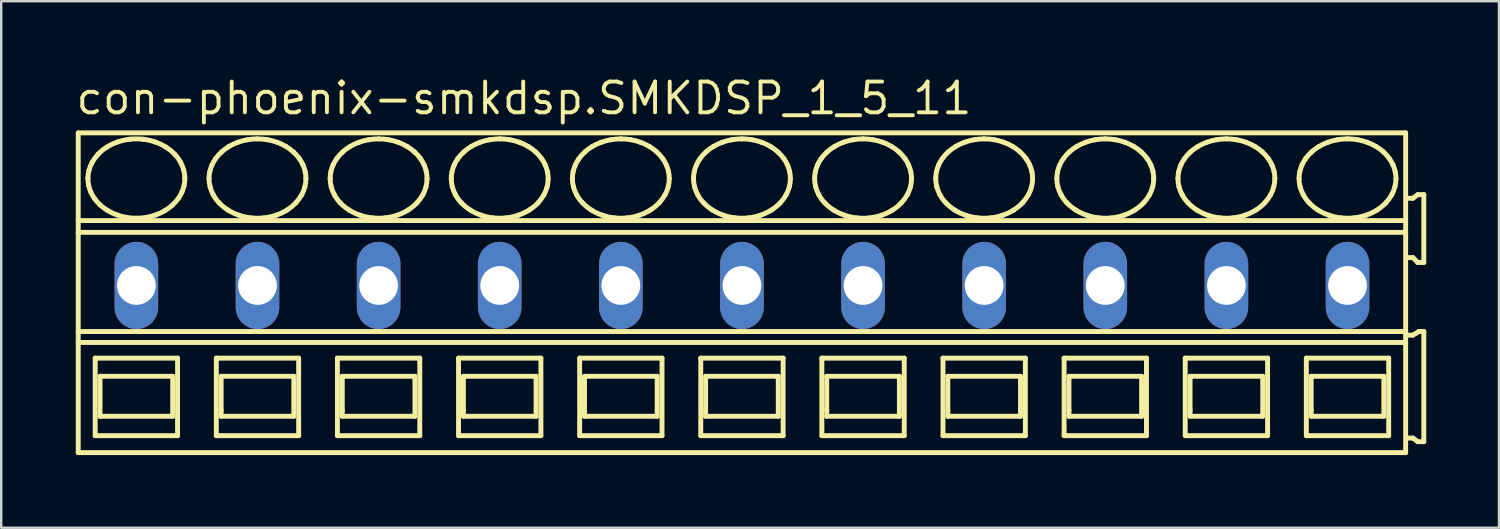
<source format=kicad_pcb>
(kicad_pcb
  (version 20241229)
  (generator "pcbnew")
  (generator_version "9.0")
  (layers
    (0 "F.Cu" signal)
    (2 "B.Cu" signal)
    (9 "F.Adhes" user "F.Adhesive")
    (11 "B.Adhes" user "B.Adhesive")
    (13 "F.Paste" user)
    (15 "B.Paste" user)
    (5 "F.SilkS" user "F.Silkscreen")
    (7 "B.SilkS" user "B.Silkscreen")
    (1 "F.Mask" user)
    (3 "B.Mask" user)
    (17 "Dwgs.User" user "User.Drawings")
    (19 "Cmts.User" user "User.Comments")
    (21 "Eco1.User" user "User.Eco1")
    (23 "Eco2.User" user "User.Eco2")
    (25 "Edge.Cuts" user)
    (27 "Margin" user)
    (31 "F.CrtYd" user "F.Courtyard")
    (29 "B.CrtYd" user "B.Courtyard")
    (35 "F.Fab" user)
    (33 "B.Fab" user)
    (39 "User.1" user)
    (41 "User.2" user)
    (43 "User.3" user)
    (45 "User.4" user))
  (footprint "con-phoenix-smkdsp.SMKDSP_1_5_11"
    (layer "F.Cu")
    (at 5.08 8.735)
    (property "Reference" "con-phoenix-smkdsp.SMKDSP_1_5_11" (at -5.08 -6.985 0) (layer "F.SilkS") (effects (font (size 1.27 1.27) (thickness 0.16)) (justify left bottom)))
    (attr through_hole)
    (fp_line (start -4.9 -6.3) (end -4.9 -2.679) (stroke (width 0.203) (type default)) (layer "F.SilkS"))
    (fp_line (start -4.9 -2.679) (end -4.9 -2.192) (stroke (width 0.203) (type default)) (layer "F.SilkS"))
    (fp_line (start -4.9 -2.192) (end -4.9 1.902) (stroke (width 0.203) (type default)) (layer "F.SilkS"))
    (fp_line (start -4.9 1.902) (end -4.9 2.354) (stroke (width 0.203) (type default)) (layer "F.SilkS"))
    (fp_line (start -4.9 2.354) (end -4.9 6.9) (stroke (width 0.203) (type default)) (layer "F.SilkS"))
    (fp_line (start -4.9 6.9) (end 49.9 6.9) (stroke (width 0.203) (type default)) (layer "F.SilkS"))
    (fp_line (start -4.2 3) (end -4.2 6.2) (stroke (width 0.203) (type default)) (layer "F.SilkS"))
    (fp_line (start -4.2 6.2) (end -0.8 6.2) (stroke (width 0.203) (type default)) (layer "F.SilkS"))
    (fp_line (start -4 3.75) (end -4 5.4) (stroke (width 0.203) (type default)) (layer "F.SilkS"))
    (fp_line (start -4 5.4) (end -1 5.4) (stroke (width 0.203) (type default)) (layer "F.SilkS"))
    (fp_line (start -1 3.75) (end -4 3.75) (stroke (width 0.203) (type default)) (layer "F.SilkS"))
    (fp_line (start -1 5.4) (end -1 3.75) (stroke (width 0.203) (type default)) (layer "F.SilkS"))
    (fp_line (start -0.8 3) (end -4.2 3) (stroke (width 0.203) (type default)) (layer "F.SilkS"))
    (fp_line (start -0.8 6.2) (end -0.8 3) (stroke (width 0.203) (type default)) (layer "F.SilkS"))
    (fp_line (start 0.8 3) (end 0.8 6.2) (stroke (width 0.203) (type default)) (layer "F.SilkS"))
    (fp_line (start 0.8 6.2) (end 4.2 6.2) (stroke (width 0.203) (type default)) (layer "F.SilkS"))
    (fp_line (start 1 3.75) (end 1 5.15) (stroke (width 0.203) (type default)) (layer "F.SilkS"))
    (fp_line (start 1 5.15) (end 1 5.4) (stroke (width 0.203) (type default)) (layer "F.SilkS"))
    (fp_line (start 1 5.4) (end 4 5.4) (stroke (width 0.203) (type default)) (layer "F.SilkS"))
    (fp_line (start 4 3.75) (end 1 3.75) (stroke (width 0.203) (type default)) (layer "F.SilkS"))
    (fp_line (start 4 5.4) (end 4 3.75) (stroke (width 0.203) (type default)) (layer "F.SilkS"))
    (fp_line (start 4.2 3) (end 0.8 3) (stroke (width 0.203) (type default)) (layer "F.SilkS"))
    (fp_line (start 4.2 6.2) (end 4.2 3) (stroke (width 0.203) (type default)) (layer "F.SilkS"))
    (fp_line (start 5.8 3) (end 5.8 6.2) (stroke (width 0.203) (type default)) (layer "F.SilkS"))
    (fp_line (start 5.8 6.2) (end 9.2 6.2) (stroke (width 0.203) (type default)) (layer "F.SilkS"))
    (fp_line (start 6 3.75) (end 6 5.15) (stroke (width 0.203) (type default)) (layer "F.SilkS"))
    (fp_line (start 6 5.15) (end 6 5.4) (stroke (width 0.203) (type default)) (layer "F.SilkS"))
    (fp_line (start 6 5.4) (end 9 5.4) (stroke (width 0.203) (type default)) (layer "F.SilkS"))
    (fp_line (start 9 3.75) (end 6 3.75) (stroke (width 0.203) (type default)) (layer "F.SilkS"))
    (fp_line (start 9 5.4) (end 9 3.75) (stroke (width 0.203) (type default)) (layer "F.SilkS"))
    (fp_line (start 9.2 3) (end 5.8 3) (stroke (width 0.203) (type default)) (layer "F.SilkS"))
    (fp_line (start 9.2 6.2) (end 9.2 3) (stroke (width 0.203) (type default)) (layer "F.SilkS"))
    (fp_line (start 10.8 3) (end 10.8 6.2) (stroke (width 0.203) (type default)) (layer "F.SilkS"))
    (fp_line (start 10.8 6.2) (end 14.2 6.2) (stroke (width 0.203) (type default)) (layer "F.SilkS"))
    (fp_line (start 11 3.75) (end 11 5.15) (stroke (width 0.203) (type default)) (layer "F.SilkS"))
    (fp_line (start 11 5.15) (end 11 5.4) (stroke (width 0.203) (type default)) (layer "F.SilkS"))
    (fp_line (start 11 5.4) (end 14 5.4) (stroke (width 0.203) (type default)) (layer "F.SilkS"))
    (fp_line (start 14 3.75) (end 11 3.75) (stroke (width 0.203) (type default)) (layer "F.SilkS"))
    (fp_line (start 14 5.4) (end 14 3.75) (stroke (width 0.203) (type default)) (layer "F.SilkS"))
    (fp_line (start 14.2 3) (end 10.8 3) (stroke (width 0.203) (type default)) (layer "F.SilkS"))
    (fp_line (start 14.2 6.2) (end 14.2 3) (stroke (width 0.203) (type default)) (layer "F.SilkS"))
    (fp_line (start 15.8 3) (end 15.8 6.2) (stroke (width 0.203) (type default)) (layer "F.SilkS"))
    (fp_line (start 15.8 6.2) (end 19.2 6.2) (stroke (width 0.203) (type default)) (layer "F.SilkS"))
    (fp_line (start 16 3.75) (end 16 5.15) (stroke (width 0.203) (type default)) (layer "F.SilkS"))
    (fp_line (start 16 5.15) (end 16 5.4) (stroke (width 0.203) (type default)) (layer "F.SilkS"))
    (fp_line (start 16 5.4) (end 19 5.4) (stroke (width 0.203) (type default)) (layer "F.SilkS"))
    (fp_line (start 19 3.75) (end 16 3.75) (stroke (width 0.203) (type default)) (layer "F.SilkS"))
    (fp_line (start 19 5.4) (end 19 3.75) (stroke (width 0.203) (type default)) (layer "F.SilkS"))
    (fp_line (start 19.2 3) (end 15.8 3) (stroke (width 0.203) (type default)) (layer "F.SilkS"))
    (fp_line (start 19.2 6.2) (end 19.2 3) (stroke (width 0.203) (type default)) (layer "F.SilkS"))
    (fp_line (start 20.8 3) (end 20.8 6.2) (stroke (width 0.203) (type default)) (layer "F.SilkS"))
    (fp_line (start 20.8 6.2) (end 24.2 6.2) (stroke (width 0.203) (type default)) (layer "F.SilkS"))
    (fp_line (start 21 3.75) (end 21 5.15) (stroke (width 0.203) (type default)) (layer "F.SilkS"))
    (fp_line (start 21 5.15) (end 21 5.4) (stroke (width 0.203) (type default)) (layer "F.SilkS"))
    (fp_line (start 21 5.4) (end 24 5.4) (stroke (width 0.203) (type default)) (layer "F.SilkS"))
    (fp_line (start 24 3.75) (end 21 3.75) (stroke (width 0.203) (type default)) (layer "F.SilkS"))
    (fp_line (start 24 5.4) (end 24 3.75) (stroke (width 0.203) (type default)) (layer "F.SilkS"))
    (fp_line (start 24.2 3) (end 20.8 3) (stroke (width 0.203) (type default)) (layer "F.SilkS"))
    (fp_line (start 24.2 6.2) (end 24.2 3) (stroke (width 0.203) (type default)) (layer "F.SilkS"))
    (fp_line (start 25.8 3) (end 25.8 6.2) (stroke (width 0.203) (type default)) (layer "F.SilkS"))
    (fp_line (start 25.8 6.2) (end 29.2 6.2) (stroke (width 0.203) (type default)) (layer "F.SilkS"))
    (fp_line (start 26 3.75) (end 26 5.15) (stroke (width 0.203) (type default)) (layer "F.SilkS"))
    (fp_line (start 26 5.15) (end 26 5.4) (stroke (width 0.203) (type default)) (layer "F.SilkS"))
    (fp_line (start 26 5.4) (end 29 5.4) (stroke (width 0.203) (type default)) (layer "F.SilkS"))
    (fp_line (start 29 3.75) (end 26 3.75) (stroke (width 0.203) (type default)) (layer "F.SilkS"))
    (fp_line (start 29 5.4) (end 29 3.75) (stroke (width 0.203) (type default)) (layer "F.SilkS"))
    (fp_line (start 29.2 3) (end 25.8 3) (stroke (width 0.203) (type default)) (layer "F.SilkS"))
    (fp_line (start 29.2 6.2) (end 29.2 3) (stroke (width 0.203) (type default)) (layer "F.SilkS"))
    (fp_line (start 30.8 3) (end 30.8 6.2) (stroke (width 0.203) (type default)) (layer "F.SilkS"))
    (fp_line (start 30.8 6.2) (end 34.2 6.2) (stroke (width 0.203) (type default)) (layer "F.SilkS"))
    (fp_line (start 31 3.75) (end 31 5.15) (stroke (width 0.203) (type default)) (layer "F.SilkS"))
    (fp_line (start 31 5.15) (end 31 5.4) (stroke (width 0.203) (type default)) (layer "F.SilkS"))
    (fp_line (start 31 5.4) (end 34 5.4) (stroke (width 0.203) (type default)) (layer "F.SilkS"))
    (fp_line (start 34 3.75) (end 31 3.75) (stroke (width 0.203) (type default)) (layer "F.SilkS"))
    (fp_line (start 34 5.4) (end 34 3.75) (stroke (width 0.203) (type default)) (layer "F.SilkS"))
    (fp_line (start 34.2 3) (end 30.8 3) (stroke (width 0.203) (type default)) (layer "F.SilkS"))
    (fp_line (start 34.2 6.2) (end 34.2 3) (stroke (width 0.203) (type default)) (layer "F.SilkS"))
    (fp_line (start 35.8 3) (end 35.8 6.2) (stroke (width 0.203) (type default)) (layer "F.SilkS"))
    (fp_line (start 35.8 6.2) (end 39.2 6.2) (stroke (width 0.203) (type default)) (layer "F.SilkS"))
    (fp_line (start 36 3.75) (end 36 5.15) (stroke (width 0.203) (type default)) (layer "F.SilkS"))
    (fp_line (start 36 5.15) (end 36 5.4) (stroke (width 0.203) (type default)) (layer "F.SilkS"))
    (fp_line (start 36 5.4) (end 39 5.4) (stroke (width 0.203) (type default)) (layer "F.SilkS"))
    (fp_line (start 39 3.75) (end 36 3.75) (stroke (width 0.203) (type default)) (layer "F.SilkS"))
    (fp_line (start 39 5.4) (end 39 3.75) (stroke (width 0.203) (type default)) (layer "F.SilkS"))
    (fp_line (start 39.2 3) (end 35.8 3) (stroke (width 0.203) (type default)) (layer "F.SilkS"))
    (fp_line (start 39.2 6.2) (end 39.2 3) (stroke (width 0.203) (type default)) (layer "F.SilkS"))
    (fp_line (start 40.8 3) (end 40.8 6.2) (stroke (width 0.203) (type default)) (layer "F.SilkS"))
    (fp_line (start 40.8 6.2) (end 44.2 6.2) (stroke (width 0.203) (type default)) (layer "F.SilkS"))
    (fp_line (start 41 3.75) (end 41 5.15) (stroke (width 0.203) (type default)) (layer "F.SilkS"))
    (fp_line (start 41 5.15) (end 41 5.4) (stroke (width 0.203) (type default)) (layer "F.SilkS"))
    (fp_line (start 41 5.4) (end 44 5.4) (stroke (width 0.203) (type default)) (layer "F.SilkS"))
    (fp_line (start 44 3.75) (end 41 3.75) (stroke (width 0.203) (type default)) (layer "F.SilkS"))
    (fp_line (start 44 5.4) (end 44 3.75) (stroke (width 0.203) (type default)) (layer "F.SilkS"))
    (fp_line (start 44.2 3) (end 40.8 3) (stroke (width 0.203) (type default)) (layer "F.SilkS"))
    (fp_line (start 44.2 6.2) (end 44.2 3) (stroke (width 0.203) (type default)) (layer "F.SilkS"))
    (fp_line (start 45.8 3) (end 45.8 6.2) (stroke (width 0.203) (type default)) (layer "F.SilkS"))
    (fp_line (start 45.8 6.2) (end 49.2 6.2) (stroke (width 0.203) (type default)) (layer "F.SilkS"))
    (fp_line (start 46 3.75) (end 46 5.15) (stroke (width 0.203) (type default)) (layer "F.SilkS"))
    (fp_line (start 46 5.15) (end 46 5.4) (stroke (width 0.203) (type default)) (layer "F.SilkS"))
    (fp_line (start 46 5.4) (end 49 5.4) (stroke (width 0.203) (type default)) (layer "F.SilkS"))
    (fp_line (start 49 3.75) (end 46 3.75) (stroke (width 0.203) (type default)) (layer "F.SilkS"))
    (fp_line (start 49 5.4) (end 49 3.75) (stroke (width 0.203) (type default)) (layer "F.SilkS"))
    (fp_line (start 49.2 3) (end 45.8 3) (stroke (width 0.203) (type default)) (layer "F.SilkS"))
    (fp_line (start 49.2 6.2) (end 49.2 3) (stroke (width 0.203) (type default)) (layer "F.SilkS"))
    (fp_line (start 49.9 -6.3) (end -4.9 -6.3) (stroke (width 0.203) (type default)) (layer "F.SilkS"))
    (fp_line (start 49.9 -2.679) (end -4.9 -2.679) (stroke (width 0.203) (type default)) (layer "F.SilkS"))
    (fp_line (start 49.9 -2.679) (end 49.9 -6.3) (stroke (width 0.203) (type default)) (layer "F.SilkS"))
    (fp_line (start 49.9 -2.192) (end -4.9 -2.192) (stroke (width 0.203) (type default)) (layer "F.SilkS"))
    (fp_line (start 49.9 -2.192) (end 49.9 -2.679) (stroke (width 0.203) (type default)) (layer "F.SilkS"))
    (fp_line (start 49.9 1.902) (end -4.9 1.902) (stroke (width 0.203) (type default)) (layer "F.SilkS"))
    (fp_line (start 49.9 1.902) (end 49.9 -2.192) (stroke (width 0.203) (type default)) (layer "F.SilkS"))
    (fp_line (start 49.9 2.354) (end -4.9 2.354) (stroke (width 0.203) (type default)) (layer "F.SilkS"))
    (fp_line (start 49.9 2.354) (end 49.9 1.902) (stroke (width 0.203) (type default)) (layer "F.SilkS"))
    (fp_line (start 49.9 6.9) (end 49.9 2.354) (stroke (width 0.203) (type default)) (layer "F.SilkS"))
    (fp_line (start 50 -1.15) (end 50.2 -1.15) (stroke (width 0.203) (type default)) (layer "F.SilkS"))
    (fp_line (start 50 6.3) (end 50.2 6.3) (stroke (width 0.203) (type default)) (layer "F.SilkS"))
    (fp_line (start 50.2 -3.6) (end 50 -3.6) (stroke (width 0.203) (type default)) (layer "F.SilkS"))
    (fp_line (start 50.2 -1.15) (end 50.4 -0.95) (stroke (width 0.203) (type default)) (layer "F.SilkS"))
    (fp_line (start 50.2 2.05) (end 50 2.05) (stroke (width 0.203) (type default)) (layer "F.SilkS"))
    (fp_line (start 50.2 6.3) (end 50.4 6.45) (stroke (width 0.203) (type default)) (layer "F.SilkS"))
    (fp_line (start 50.4 -3.75) (end 50.2 -3.6) (stroke (width 0.203) (type default)) (layer "F.SilkS"))
    (fp_line (start 50.4 -0.95) (end 50.65 -0.95) (stroke (width 0.203) (type default)) (layer "F.SilkS"))
    (fp_line (start 50.4 6.45) (end 50.65 6.45) (stroke (width 0.203) (type default)) (layer "F.SilkS"))
    (fp_line (start 50.45 1.9) (end 50.2 2.05) (stroke (width 0.203) (type default)) (layer "F.SilkS"))
    (fp_line (start 50.65 -3.75) (end 50.4 -3.75) (stroke (width 0.203) (type default)) (layer "F.SilkS"))
    (fp_line (start 50.65 -0.95) (end 50.65 -3.75) (stroke (width 0.203) (type default)) (layer "F.SilkS"))
    (fp_line (start 50.65 1.9) (end 50.45 1.9) (stroke (width 0.203) (type default)) (layer "F.SilkS"))
    (fp_line (start 50.65 6.45) (end 50.65 1.9) (stroke (width 0.203) (type default)) (layer "F.SilkS"))
    (fp_arc (start -4.5 -4.4136) (mid -4.488905 -4.585389) (end -4.4562 -4.7544) (stroke (width 0.2032) (type default)) (layer "F.SilkS"))
    (fp_arc (start -4.4695 -4.1287) (mid -4.492309 -4.270341) (end -4.5 -4.4136) (stroke (width 0.2032) (type default)) (layer "F.SilkS"))
    (fp_arc (start -4.4562 -4.7544) (mid -4.401558 -4.920839) (end -4.3273 -5.0795) (stroke (width 0.2032) (type default)) (layer "F.SilkS"))
    (fp_arc (start -4.3795 -3.8536) (mid -4.431599 -3.988827) (end -4.4695 -4.1287) (stroke (width 0.2032) (type default)) (layer "F.SilkS"))
    (fp_arc (start -4.3274 -5.0795) (mid -4.216217 -5.252167) (end -4.0864 -5.4113) (stroke (width 0.2032) (type default)) (layer "F.SilkS"))
    (fp_arc (start -4.232 -3.5945) (mid -4.312155 -3.720404) (end -4.3795 -3.8536) (stroke (width 0.2032) (type default)) (layer "F.SilkS"))
    (fp_arc (start -4.0864 -5.4113) (mid -3.911717 -5.573771) (end -3.718 -5.713) (stroke (width 0.2032) (type default)) (layer "F.SilkS"))
    (fp_arc (start -3.9861 -3.3171) (mid -4.116737 -3.448975) (end -4.2321 -3.5944) (stroke (width 0.2032) (type default)) (layer "F.SilkS"))
    (fp_arc (start -3.718 -5.713) (mid -3.497651 -5.83326) (end -3.2649 -5.9273) (stroke (width 0.2032) (type default)) (layer "F.SilkS"))
    (fp_arc (start -3.676 -3.0884) (mid -3.836846 -3.19489) (end -3.9861 -3.3171) (stroke (width 0.2032) (type default)) (layer "F.SilkS"))
    (fp_arc (start -3.313 -2.9167) (mid -3.498551 -2.993985) (end -3.676 -3.0884) (stroke (width 0.2032) (type default)) (layer "F.SilkS"))
    (fp_arc (start -3.2649 -5.9273) (mid -3.016253 -5.996227) (end -2.7616 -6.0378) (stroke (width 0.2032) (type default)) (layer "F.SilkS"))
    (fp_arc (start -2.9161 -2.8111) (mid -3.116893 -2.855096) (end -3.313 -2.9167) (stroke (width 0.2032) (type default)) (layer "F.SilkS"))
    (fp_arc (start -2.7616 -6.0378) (mid -2.5 -6.051841) (end -2.2384 -6.0378) (stroke (width 0.2032) (type default)) (layer "F.SilkS"))
    (fp_arc (start -2.5 -2.7752) (mid -2.708826 -2.784159) (end -2.9161 -2.8111) (stroke (width 0.2032) (type default)) (layer "F.SilkS"))
    (fp_arc (start -2.2384 -6.0378) (mid -1.983714 -5.996378) (end -1.7351 -5.9273) (stroke (width 0.2032) (type default)) (layer "F.SilkS"))
    (fp_arc (start -2.0839 -2.8111) (mid -2.291182 -2.784277) (end -2.5 -2.7753) (stroke (width 0.2032) (type default)) (layer "F.SilkS"))
    (fp_arc (start -1.7351 -5.9273) (mid -1.502222 -5.83353) (end -1.282 -5.713) (stroke (width 0.2032) (type default)) (layer "F.SilkS"))
    (fp_arc (start -1.687 -2.9167) (mid -1.883128 -2.855175) (end -2.0839 -2.8111) (stroke (width 0.2032) (type default)) (layer "F.SilkS"))
    (fp_arc (start -1.324 -3.0884) (mid -1.501514 -2.994123) (end -1.687 -2.9167) (stroke (width 0.2032) (type default)) (layer "F.SilkS"))
    (fp_arc (start -1.282 -5.713) (mid -1.088036 -5.574073) (end -0.9136 -5.4113) (stroke (width 0.2032) (type default)) (layer "F.SilkS"))
    (fp_arc (start -1.0139 -3.3171) (mid -1.163276 -3.195057) (end -1.324 -3.0884) (stroke (width 0.2032) (type default)) (layer "F.SilkS"))
    (fp_arc (start -0.9137 -5.4112) (mid -0.781313 -5.253987) (end -0.6727 -5.0795) (stroke (width 0.2032) (type default)) (layer "F.SilkS"))
    (fp_arc (start -0.7679 -3.5944) (mid -0.88339 -3.449088) (end -1.0139 -3.3171) (stroke (width 0.2032) (type default)) (layer "F.SilkS"))
    (fp_arc (start -0.6727 -5.0795) (mid -0.598286 -4.920901) (end -0.5438 -4.7544) (stroke (width 0.2032) (type default)) (layer "F.SilkS"))
    (fp_arc (start -0.6204 -3.8536) (mid -0.687861 -3.720421) (end -0.7679 -3.5944) (stroke (width 0.2032) (type default)) (layer "F.SilkS"))
    (fp_arc (start -0.5438 -4.7544) (mid -0.511083 -4.58539) (end -0.5 -4.4136) (stroke (width 0.2032) (type default)) (layer "F.SilkS"))
    (fp_arc (start -0.5305 -4.1287) (mid -0.568473 -3.988851) (end -0.6205 -3.8536) (stroke (width 0.2032) (type default)) (layer "F.SilkS"))
    (fp_arc (start -0.5001 -4.4136) (mid -0.50774 -4.270343) (end -0.5305 -4.1287) (stroke (width 0.2032) (type default)) (layer "F.SilkS"))
    (fp_arc (start 0.5 -4.4136) (mid 0.507693 -4.556809) (end 0.5305 -4.6984) (stroke (width 0.2032) (type default)) (layer "F.SilkS"))
    (fp_arc (start 0.5305 -4.6984) (mid 0.568467 -4.8383) (end 0.6205 -4.9736) (stroke (width 0.2032) (type default)) (layer "F.SilkS"))
    (fp_arc (start 0.5438 -4.0727) (mid 0.511073 -4.241759) (end 0.5 -4.4136) (stroke (width 0.2032) (type default)) (layer "F.SilkS"))
    (fp_arc (start 0.6204 -4.9736) (mid 0.687866 -5.106728) (end 0.7679 -5.2327) (stroke (width 0.2032) (type default)) (layer "F.SilkS"))
    (fp_arc (start 0.6727 -3.7476) (mid 0.598288 -3.9062) (end 0.5438 -4.0727) (stroke (width 0.2032) (type default)) (layer "F.SilkS"))
    (fp_arc (start 0.7679 -5.2327) (mid 0.883386 -5.378016) (end 1.0139 -5.51) (stroke (width 0.2032) (type default)) (layer "F.SilkS"))
    (fp_arc (start 0.9136 -3.4159) (mid 0.781267 -3.57312) (end 0.6727 -3.7476) (stroke (width 0.2032) (type default)) (layer "F.SilkS"))
    (fp_arc (start 1.0139 -5.51) (mid 1.163277 -5.632042) (end 1.324 -5.7387) (stroke (width 0.2032) (type default)) (layer "F.SilkS"))
    (fp_arc (start 1.282 -3.1141) (mid 1.088032 -3.253077) (end 0.9136 -3.4159) (stroke (width 0.2032) (type default)) (layer "F.SilkS"))
    (fp_arc (start 1.324 -5.7387) (mid 1.501514 -5.832977) (end 1.687 -5.9104) (stroke (width 0.2032) (type default)) (layer "F.SilkS"))
    (fp_arc (start 1.687 -5.9104) (mid 1.883128 -5.971925) (end 2.0839 -6.016) (stroke (width 0.2032) (type default)) (layer "F.SilkS"))
    (fp_arc (start 1.7351 -2.8998) (mid 1.502222 -2.993571) (end 1.282 -3.1141) (stroke (width 0.2032) (type default)) (layer "F.SilkS"))
    (fp_arc (start 2.0839 -6.0161) (mid 2.291183 -6.042919) (end 2.5 -6.0519) (stroke (width 0.2032) (type default)) (layer "F.SilkS"))
    (fp_arc (start 2.2384 -2.7893) (mid 1.983714 -2.830721) (end 1.7351 -2.8998) (stroke (width 0.2032) (type default)) (layer "F.SilkS"))
    (fp_arc (start 2.5 -6.0519) (mid 2.708826 -6.042941) (end 2.9161 -6.016) (stroke (width 0.2032) (type default)) (layer "F.SilkS"))
    (fp_arc (start 2.7616 -2.7893) (mid 2.5 -2.775259) (end 2.2384 -2.7893) (stroke (width 0.2032) (type default)) (layer "F.SilkS"))
    (fp_arc (start 2.9161 -6.016) (mid 3.116893 -5.972004) (end 3.313 -5.9104) (stroke (width 0.2032) (type default)) (layer "F.SilkS"))
    (fp_arc (start 3.2649 -2.8998) (mid 3.016253 -2.830873) (end 2.7616 -2.7893) (stroke (width 0.2032) (type default)) (layer "F.SilkS"))
    (fp_arc (start 3.313 -5.9104) (mid 3.498552 -5.833116) (end 3.676 -5.7387) (stroke (width 0.2032) (type default)) (layer "F.SilkS"))
    (fp_arc (start 3.676 -5.7387) (mid 3.836846 -5.632209) (end 3.9861 -5.51) (stroke (width 0.2032) (type default)) (layer "F.SilkS"))
    (fp_arc (start 3.718 -3.1141) (mid 3.497651 -2.993839) (end 3.2649 -2.8998) (stroke (width 0.2032) (type default)) (layer "F.SilkS"))
    (fp_arc (start 3.9861 -5.51) (mid 4.116738 -5.378126) (end 4.2321 -5.2327) (stroke (width 0.2032) (type default)) (layer "F.SilkS"))
    (fp_arc (start 4.0864 -3.4159) (mid 3.911721 -3.253378) (end 3.718 -3.1141) (stroke (width 0.2032) (type default)) (layer "F.SilkS"))
    (fp_arc (start 4.2321 -5.2327) (mid 4.312204 -5.106793) (end 4.3795 -4.9736) (stroke (width 0.2032) (type default)) (layer "F.SilkS"))
    (fp_arc (start 4.3273 -3.7476) (mid 4.216161 -3.574988) (end 4.0864 -3.4159) (stroke (width 0.2032) (type default)) (layer "F.SilkS"))
    (fp_arc (start 4.3795 -4.9736) (mid 4.431605 -4.838324) (end 4.4695 -4.6984) (stroke (width 0.2032) (type default)) (layer "F.SilkS"))
    (fp_arc (start 4.4562 -4.0727) (mid 4.401557 -3.906262) (end 4.3273 -3.7476) (stroke (width 0.2032) (type default)) (layer "F.SilkS"))
    (fp_arc (start 4.4695 -4.6984) (mid 4.4923 -4.556809) (end 4.5 -4.4136) (stroke (width 0.2032) (type default)) (layer "F.SilkS"))
    (fp_arc (start 4.5 -4.4136) (mid 4.488914 -4.241761) (end 4.4562 -4.0727) (stroke (width 0.2032) (type default)) (layer "F.SilkS"))
    (fp_arc (start 5.5 -4.4136) (mid 5.507693 -4.556809) (end 5.5305 -4.6984) (stroke (width 0.2032) (type default)) (layer "F.SilkS"))
    (fp_arc (start 5.5305 -4.6984) (mid 5.568467 -4.8383) (end 5.6205 -4.9736) (stroke (width 0.2032) (type default)) (layer "F.SilkS"))
    (fp_arc (start 5.5438 -4.0727) (mid 5.511073 -4.241759) (end 5.5 -4.4136) (stroke (width 0.2032) (type default)) (layer "F.SilkS"))
    (fp_arc (start 5.6204 -4.9736) (mid 5.687866 -5.106728) (end 5.7679 -5.2327) (stroke (width 0.2032) (type default)) (layer "F.SilkS"))
    (fp_arc (start 5.6727 -3.7476) (mid 5.598288 -3.9062) (end 5.5438 -4.0727) (stroke (width 0.2032) (type default)) (layer "F.SilkS"))
    (fp_arc (start 5.7679 -5.2327) (mid 5.883386 -5.378016) (end 6.0139 -5.51) (stroke (width 0.2032) (type default)) (layer "F.SilkS"))
    (fp_arc (start 5.9136 -3.4159) (mid 5.781267 -3.57312) (end 5.6727 -3.7476) (stroke (width 0.2032) (type default)) (layer "F.SilkS"))
    (fp_arc (start 6.0139 -5.51) (mid 6.163277 -5.632042) (end 6.324 -5.7387) (stroke (width 0.2032) (type default)) (layer "F.SilkS"))
    (fp_arc (start 6.282 -3.1141) (mid 6.088032 -3.253077) (end 5.9136 -3.4159) (stroke (width 0.2032) (type default)) (layer "F.SilkS"))
    (fp_arc (start 6.324 -5.7387) (mid 6.501514 -5.832977) (end 6.687 -5.9104) (stroke (width 0.2032) (type default)) (layer "F.SilkS"))
    (fp_arc (start 6.687 -5.9104) (mid 6.883128 -5.971925) (end 7.0839 -6.016) (stroke (width 0.2032) (type default)) (layer "F.SilkS"))
    (fp_arc (start 6.7351 -2.8998) (mid 6.502222 -2.993571) (end 6.282 -3.1141) (stroke (width 0.2032) (type default)) (layer "F.SilkS"))
    (fp_arc (start 7.0839 -6.0161) (mid 7.291183 -6.042919) (end 7.5 -6.0519) (stroke (width 0.2032) (type default)) (layer "F.SilkS"))
    (fp_arc (start 7.2384 -2.7893) (mid 6.983714 -2.830721) (end 6.7351 -2.8998) (stroke (width 0.2032) (type default)) (layer "F.SilkS"))
    (fp_arc (start 7.5 -6.0519) (mid 7.708826 -6.042941) (end 7.9161 -6.016) (stroke (width 0.2032) (type default)) (layer "F.SilkS"))
    (fp_arc (start 7.7616 -2.7893) (mid 7.5 -2.775259) (end 7.2384 -2.7893) (stroke (width 0.2032) (type default)) (layer "F.SilkS"))
    (fp_arc (start 7.9161 -6.016) (mid 8.116893 -5.972004) (end 8.313 -5.9104) (stroke (width 0.2032) (type default)) (layer "F.SilkS"))
    (fp_arc (start 8.2649 -2.8998) (mid 8.016253 -2.830873) (end 7.7616 -2.7893) (stroke (width 0.2032) (type default)) (layer "F.SilkS"))
    (fp_arc (start 8.313 -5.9104) (mid 8.498552 -5.833116) (end 8.676 -5.7387) (stroke (width 0.2032) (type default)) (layer "F.SilkS"))
    (fp_arc (start 8.676 -5.7387) (mid 8.836846 -5.632209) (end 8.9861 -5.51) (stroke (width 0.2032) (type default)) (layer "F.SilkS"))
    (fp_arc (start 8.718 -3.1141) (mid 8.497651 -2.993839) (end 8.2649 -2.8998) (stroke (width 0.2032) (type default)) (layer "F.SilkS"))
    (fp_arc (start 8.9861 -5.51) (mid 9.116738 -5.378126) (end 9.2321 -5.2327) (stroke (width 0.2032) (type default)) (layer "F.SilkS"))
    (fp_arc (start 9.0864 -3.4159) (mid 8.911721 -3.253378) (end 8.718 -3.1141) (stroke (width 0.2032) (type default)) (layer "F.SilkS"))
    (fp_arc (start 9.2321 -5.2327) (mid 9.312204 -5.106793) (end 9.3795 -4.9736) (stroke (width 0.2032) (type default)) (layer "F.SilkS"))
    (fp_arc (start 9.3273 -3.7476) (mid 9.216161 -3.574988) (end 9.0864 -3.4159) (stroke (width 0.2032) (type default)) (layer "F.SilkS"))
    (fp_arc (start 9.3795 -4.9736) (mid 9.431605 -4.838324) (end 9.4695 -4.6984) (stroke (width 0.2032) (type default)) (layer "F.SilkS"))
    (fp_arc (start 9.4562 -4.0727) (mid 9.401557 -3.906262) (end 9.3273 -3.7476) (stroke (width 0.2032) (type default)) (layer "F.SilkS"))
    (fp_arc (start 9.4695 -4.6984) (mid 9.4923 -4.556809) (end 9.5 -4.4136) (stroke (width 0.2032) (type default)) (layer "F.SilkS"))
    (fp_arc (start 9.5 -4.4136) (mid 9.488914 -4.241761) (end 9.4562 -4.0727) (stroke (width 0.2032) (type default)) (layer "F.SilkS"))
    (fp_arc (start 10.5 -4.4136) (mid 10.507693 -4.556809) (end 10.5305 -4.6984) (stroke (width 0.2032) (type default)) (layer "F.SilkS"))
    (fp_arc (start 10.5305 -4.6984) (mid 10.568467 -4.8383) (end 10.6205 -4.9736) (stroke (width 0.2032) (type default)) (layer "F.SilkS"))
    (fp_arc (start 10.5438 -4.0727) (mid 10.511073 -4.241759) (end 10.5 -4.4136) (stroke (width 0.2032) (type default)) (layer "F.SilkS"))
    (fp_arc (start 10.6204 -4.9736) (mid 10.687866 -5.106728) (end 10.7679 -5.2327) (stroke (width 0.2032) (type default)) (layer "F.SilkS"))
    (fp_arc (start 10.6727 -3.7476) (mid 10.598288 -3.9062) (end 10.5438 -4.0727) (stroke (width 0.2032) (type default)) (layer "F.SilkS"))
    (fp_arc (start 10.7679 -5.2327) (mid 10.883386 -5.378016) (end 11.0139 -5.51) (stroke (width 0.2032) (type default)) (layer "F.SilkS"))
    (fp_arc (start 10.9136 -3.4159) (mid 10.781267 -3.57312) (end 10.6727 -3.7476) (stroke (width 0.2032) (type default)) (layer "F.SilkS"))
    (fp_arc (start 11.0139 -5.51) (mid 11.163277 -5.632042) (end 11.324 -5.7387) (stroke (width 0.2032) (type default)) (layer "F.SilkS"))
    (fp_arc (start 11.282 -3.1141) (mid 11.088032 -3.253077) (end 10.9136 -3.4159) (stroke (width 0.2032) (type default)) (layer "F.SilkS"))
    (fp_arc (start 11.324 -5.7387) (mid 11.501514 -5.832977) (end 11.687 -5.9104) (stroke (width 0.2032) (type default)) (layer "F.SilkS"))
    (fp_arc (start 11.687 -5.9104) (mid 11.883128 -5.971925) (end 12.0839 -6.016) (stroke (width 0.2032) (type default)) (layer "F.SilkS"))
    (fp_arc (start 11.7351 -2.8998) (mid 11.502222 -2.993571) (end 11.282 -3.1141) (stroke (width 0.2032) (type default)) (layer "F.SilkS"))
    (fp_arc (start 12.0839 -6.0161) (mid 12.291183 -6.042919) (end 12.5 -6.0519) (stroke (width 0.2032) (type default)) (layer "F.SilkS"))
    (fp_arc (start 12.2384 -2.7893) (mid 11.983714 -2.830721) (end 11.7351 -2.8998) (stroke (width 0.2032) (type default)) (layer "F.SilkS"))
    (fp_arc (start 12.5 -6.0519) (mid 12.708826 -6.042941) (end 12.9161 -6.016) (stroke (width 0.2032) (type default)) (layer "F.SilkS"))
    (fp_arc (start 12.7616 -2.7893) (mid 12.5 -2.775259) (end 12.2384 -2.7893) (stroke (width 0.2032) (type default)) (layer "F.SilkS"))
    (fp_arc (start 12.9161 -6.016) (mid 13.116893 -5.972004) (end 13.313 -5.9104) (stroke (width 0.2032) (type default)) (layer "F.SilkS"))
    (fp_arc (start 13.2649 -2.8998) (mid 13.016253 -2.830873) (end 12.7616 -2.7893) (stroke (width 0.2032) (type default)) (layer "F.SilkS"))
    (fp_arc (start 13.313 -5.9104) (mid 13.498552 -5.833116) (end 13.676 -5.7387) (stroke (width 0.2032) (type default)) (layer "F.SilkS"))
    (fp_arc (start 13.676 -5.7387) (mid 13.836846 -5.632209) (end 13.9861 -5.51) (stroke (width 0.2032) (type default)) (layer "F.SilkS"))
    (fp_arc (start 13.718 -3.1141) (mid 13.497651 -2.993839) (end 13.2649 -2.8998) (stroke (width 0.2032) (type default)) (layer "F.SilkS"))
    (fp_arc (start 13.9861 -5.51) (mid 14.116738 -5.378126) (end 14.2321 -5.2327) (stroke (width 0.2032) (type default)) (layer "F.SilkS"))
    (fp_arc (start 14.0864 -3.4159) (mid 13.911721 -3.253378) (end 13.718 -3.1141) (stroke (width 0.2032) (type default)) (layer "F.SilkS"))
    (fp_arc (start 14.2321 -5.2327) (mid 14.312204 -5.106793) (end 14.3795 -4.9736) (stroke (width 0.2032) (type default)) (layer "F.SilkS"))
    (fp_arc (start 14.3273 -3.7476) (mid 14.216161 -3.574988) (end 14.0864 -3.4159) (stroke (width 0.2032) (type default)) (layer "F.SilkS"))
    (fp_arc (start 14.3795 -4.9736) (mid 14.431605 -4.838324) (end 14.4695 -4.6984) (stroke (width 0.2032) (type default)) (layer "F.SilkS"))
    (fp_arc (start 14.4562 -4.0727) (mid 14.401557 -3.906262) (end 14.3273 -3.7476) (stroke (width 0.2032) (type default)) (layer "F.SilkS"))
    (fp_arc (start 14.4695 -4.6984) (mid 14.4923 -4.556809) (end 14.5 -4.4136) (stroke (width 0.2032) (type default)) (layer "F.SilkS"))
    (fp_arc (start 14.5 -4.4136) (mid 14.488914 -4.241761) (end 14.4562 -4.0727) (stroke (width 0.2032) (type default)) (layer "F.SilkS"))
    (fp_arc (start 15.5 -4.4136) (mid 15.507693 -4.556809) (end 15.5305 -4.6984) (stroke (width 0.2032) (type default)) (layer "F.SilkS"))
    (fp_arc (start 15.5305 -4.6984) (mid 15.568467 -4.8383) (end 15.6205 -4.9736) (stroke (width 0.2032) (type default)) (layer "F.SilkS"))
    (fp_arc (start 15.5438 -4.0727) (mid 15.511073 -4.241759) (end 15.5 -4.4136) (stroke (width 0.2032) (type default)) (layer "F.SilkS"))
    (fp_arc (start 15.6204 -4.9736) (mid 15.687866 -5.106728) (end 15.7679 -5.2327) (stroke (width 0.2032) (type default)) (layer "F.SilkS"))
    (fp_arc (start 15.6727 -3.7476) (mid 15.598288 -3.9062) (end 15.5438 -4.0727) (stroke (width 0.2032) (type default)) (layer "F.SilkS"))
    (fp_arc (start 15.7679 -5.2327) (mid 15.883386 -5.378016) (end 16.0139 -5.51) (stroke (width 0.2032) (type default)) (layer "F.SilkS"))
    (fp_arc (start 15.9136 -3.4159) (mid 15.781267 -3.57312) (end 15.6727 -3.7476) (stroke (width 0.2032) (type default)) (layer "F.SilkS"))
    (fp_arc (start 16.0139 -5.51) (mid 16.163277 -5.632042) (end 16.324 -5.7387) (stroke (width 0.2032) (type default)) (layer "F.SilkS"))
    (fp_arc (start 16.282 -3.1141) (mid 16.088032 -3.253077) (end 15.9136 -3.4159) (stroke (width 0.2032) (type default)) (layer "F.SilkS"))
    (fp_arc (start 16.324 -5.7387) (mid 16.501514 -5.832977) (end 16.687 -5.9104) (stroke (width 0.2032) (type default)) (layer "F.SilkS"))
    (fp_arc (start 16.687 -5.9104) (mid 16.883128 -5.971925) (end 17.0839 -6.016) (stroke (width 0.2032) (type default)) (layer "F.SilkS"))
    (fp_arc (start 16.7351 -2.8998) (mid 16.502222 -2.993571) (end 16.282 -3.1141) (stroke (width 0.2032) (type default)) (layer "F.SilkS"))
    (fp_arc (start 17.0839 -6.0161) (mid 17.291183 -6.042919) (end 17.5 -6.0519) (stroke (width 0.2032) (type default)) (layer "F.SilkS"))
    (fp_arc (start 17.2384 -2.7893) (mid 16.983714 -2.830721) (end 16.7351 -2.8998) (stroke (width 0.2032) (type default)) (layer "F.SilkS"))
    (fp_arc (start 17.5 -6.0519) (mid 17.708826 -6.042941) (end 17.9161 -6.016) (stroke (width 0.2032) (type default)) (layer "F.SilkS"))
    (fp_arc (start 17.7616 -2.7893) (mid 17.5 -2.775259) (end 17.2384 -2.7893) (stroke (width 0.2032) (type default)) (layer "F.SilkS"))
    (fp_arc (start 17.9161 -6.016) (mid 18.116893 -5.972004) (end 18.313 -5.9104) (stroke (width 0.2032) (type default)) (layer "F.SilkS"))
    (fp_arc (start 18.2649 -2.8998) (mid 18.016253 -2.830873) (end 17.7616 -2.7893) (stroke (width 0.2032) (type default)) (layer "F.SilkS"))
    (fp_arc (start 18.313 -5.9104) (mid 18.498552 -5.833116) (end 18.676 -5.7387) (stroke (width 0.2032) (type default)) (layer "F.SilkS"))
    (fp_arc (start 18.676 -5.7387) (mid 18.836846 -5.632209) (end 18.9861 -5.51) (stroke (width 0.2032) (type default)) (layer "F.SilkS"))
    (fp_arc (start 18.718 -3.1141) (mid 18.497651 -2.993839) (end 18.2649 -2.8998) (stroke (width 0.2032) (type default)) (layer "F.SilkS"))
    (fp_arc (start 18.9861 -5.51) (mid 19.116738 -5.378126) (end 19.2321 -5.2327) (stroke (width 0.2032) (type default)) (layer "F.SilkS"))
    (fp_arc (start 19.0864 -3.4159) (mid 18.911721 -3.253378) (end 18.718 -3.1141) (stroke (width 0.2032) (type default)) (layer "F.SilkS"))
    (fp_arc (start 19.2321 -5.2327) (mid 19.312204 -5.106793) (end 19.3795 -4.9736) (stroke (width 0.2032) (type default)) (layer "F.SilkS"))
    (fp_arc (start 19.3273 -3.7476) (mid 19.216161 -3.574988) (end 19.0864 -3.4159) (stroke (width 0.2032) (type default)) (layer "F.SilkS"))
    (fp_arc (start 19.3795 -4.9736) (mid 19.431605 -4.838324) (end 19.4695 -4.6984) (stroke (width 0.2032) (type default)) (layer "F.SilkS"))
    (fp_arc (start 19.4562 -4.0727) (mid 19.401557 -3.906262) (end 19.3273 -3.7476) (stroke (width 0.2032) (type default)) (layer "F.SilkS"))
    (fp_arc (start 19.4695 -4.6984) (mid 19.4923 -4.556809) (end 19.5 -4.4136) (stroke (width 0.2032) (type default)) (layer "F.SilkS"))
    (fp_arc (start 19.5 -4.4136) (mid 19.488914 -4.241761) (end 19.4562 -4.0727) (stroke (width 0.2032) (type default)) (layer "F.SilkS"))
    (fp_arc (start 20.5 -4.4136) (mid 20.507693 -4.556809) (end 20.5305 -4.6984) (stroke (width 0.2032) (type default)) (layer "F.SilkS"))
    (fp_arc (start 20.5305 -4.6984) (mid 20.568467 -4.8383) (end 20.6205 -4.9736) (stroke (width 0.2032) (type default)) (layer "F.SilkS"))
    (fp_arc (start 20.5438 -4.0727) (mid 20.511073 -4.241759) (end 20.5 -4.4136) (stroke (width 0.2032) (type default)) (layer "F.SilkS"))
    (fp_arc (start 20.6204 -4.9736) (mid 20.687866 -5.106728) (end 20.7679 -5.2327) (stroke (width 0.2032) (type default)) (layer "F.SilkS"))
    (fp_arc (start 20.6727 -3.7476) (mid 20.598288 -3.9062) (end 20.5438 -4.0727) (stroke (width 0.2032) (type default)) (layer "F.SilkS"))
    (fp_arc (start 20.7679 -5.2327) (mid 20.883386 -5.378016) (end 21.0139 -5.51) (stroke (width 0.2032) (type default)) (layer "F.SilkS"))
    (fp_arc (start 20.9136 -3.4159) (mid 20.781267 -3.57312) (end 20.6727 -3.7476) (stroke (width 0.2032) (type default)) (layer "F.SilkS"))
    (fp_arc (start 21.0139 -5.51) (mid 21.163277 -5.632042) (end 21.324 -5.7387) (stroke (width 0.2032) (type default)) (layer "F.SilkS"))
    (fp_arc (start 21.282 -3.1141) (mid 21.088032 -3.253077) (end 20.9136 -3.4159) (stroke (width 0.2032) (type default)) (layer "F.SilkS"))
    (fp_arc (start 21.324 -5.7387) (mid 21.501514 -5.832977) (end 21.687 -5.9104) (stroke (width 0.2032) (type default)) (layer "F.SilkS"))
    (fp_arc (start 21.687 -5.9104) (mid 21.883128 -5.971925) (end 22.0839 -6.016) (stroke (width 0.2032) (type default)) (layer "F.SilkS"))
    (fp_arc (start 21.7351 -2.8998) (mid 21.502222 -2.993571) (end 21.282 -3.1141) (stroke (width 0.2032) (type default)) (layer "F.SilkS"))
    (fp_arc (start 22.0839 -6.0161) (mid 22.291183 -6.042919) (end 22.5 -6.0519) (stroke (width 0.2032) (type default)) (layer "F.SilkS"))
    (fp_arc (start 22.2384 -2.7893) (mid 21.983714 -2.830721) (end 21.7351 -2.8998) (stroke (width 0.2032) (type default)) (layer "F.SilkS"))
    (fp_arc (start 22.5 -6.0519) (mid 22.708826 -6.042941) (end 22.9161 -6.016) (stroke (width 0.2032) (type default)) (layer "F.SilkS"))
    (fp_arc (start 22.7616 -2.7893) (mid 22.5 -2.775259) (end 22.2384 -2.7893) (stroke (width 0.2032) (type default)) (layer "F.SilkS"))
    (fp_arc (start 22.9161 -6.016) (mid 23.116893 -5.972004) (end 23.313 -5.9104) (stroke (width 0.2032) (type default)) (layer "F.SilkS"))
    (fp_arc (start 23.2649 -2.8998) (mid 23.016253 -2.830873) (end 22.7616 -2.7893) (stroke (width 0.2032) (type default)) (layer "F.SilkS"))
    (fp_arc (start 23.313 -5.9104) (mid 23.498552 -5.833116) (end 23.676 -5.7387) (stroke (width 0.2032) (type default)) (layer "F.SilkS"))
    (fp_arc (start 23.676 -5.7387) (mid 23.836846 -5.632209) (end 23.9861 -5.51) (stroke (width 0.2032) (type default)) (layer "F.SilkS"))
    (fp_arc (start 23.718 -3.1141) (mid 23.497651 -2.993839) (end 23.2649 -2.8998) (stroke (width 0.2032) (type default)) (layer "F.SilkS"))
    (fp_arc (start 23.9861 -5.51) (mid 24.116738 -5.378126) (end 24.2321 -5.2327) (stroke (width 0.2032) (type default)) (layer "F.SilkS"))
    (fp_arc (start 24.0864 -3.4159) (mid 23.911721 -3.253378) (end 23.718 -3.1141) (stroke (width 0.2032) (type default)) (layer "F.SilkS"))
    (fp_arc (start 24.2321 -5.2327) (mid 24.312204 -5.106793) (end 24.3795 -4.9736) (stroke (width 0.2032) (type default)) (layer "F.SilkS"))
    (fp_arc (start 24.3273 -3.7476) (mid 24.216161 -3.574988) (end 24.0864 -3.4159) (stroke (width 0.2032) (type default)) (layer "F.SilkS"))
    (fp_arc (start 24.3795 -4.9736) (mid 24.431605 -4.838324) (end 24.4695 -4.6984) (stroke (width 0.2032) (type default)) (layer "F.SilkS"))
    (fp_arc (start 24.4562 -4.0727) (mid 24.401557 -3.906262) (end 24.3273 -3.7476) (stroke (width 0.2032) (type default)) (layer "F.SilkS"))
    (fp_arc (start 24.4695 -4.6984) (mid 24.4923 -4.556809) (end 24.5 -4.4136) (stroke (width 0.2032) (type default)) (layer "F.SilkS"))
    (fp_arc (start 24.5 -4.4136) (mid 24.488914 -4.241761) (end 24.4562 -4.0727) (stroke (width 0.2032) (type default)) (layer "F.SilkS"))
    (fp_arc (start 25.5 -4.4136) (mid 25.507693 -4.556809) (end 25.5305 -4.6984) (stroke (width 0.2032) (type default)) (layer "F.SilkS"))
    (fp_arc (start 25.5305 -4.6984) (mid 25.568467 -4.8383) (end 25.6205 -4.9736) (stroke (width 0.2032) (type default)) (layer "F.SilkS"))
    (fp_arc (start 25.5438 -4.0727) (mid 25.511073 -4.241759) (end 25.5 -4.4136) (stroke (width 0.2032) (type default)) (layer "F.SilkS"))
    (fp_arc (start 25.6204 -4.9736) (mid 25.687866 -5.106728) (end 25.7679 -5.2327) (stroke (width 0.2032) (type default)) (layer "F.SilkS"))
    (fp_arc (start 25.6727 -3.7476) (mid 25.598288 -3.9062) (end 25.5438 -4.0727) (stroke (width 0.2032) (type default)) (layer "F.SilkS"))
    (fp_arc (start 25.7679 -5.2327) (mid 25.883386 -5.378016) (end 26.0139 -5.51) (stroke (width 0.2032) (type default)) (layer "F.SilkS"))
    (fp_arc (start 25.9136 -3.4159) (mid 25.781267 -3.57312) (end 25.6727 -3.7476) (stroke (width 0.2032) (type default)) (layer "F.SilkS"))
    (fp_arc (start 26.0139 -5.51) (mid 26.163277 -5.632042) (end 26.324 -5.7387) (stroke (width 0.2032) (type default)) (layer "F.SilkS"))
    (fp_arc (start 26.282 -3.1141) (mid 26.088032 -3.253077) (end 25.9136 -3.4159) (stroke (width 0.2032) (type default)) (layer "F.SilkS"))
    (fp_arc (start 26.324 -5.7387) (mid 26.501514 -5.832977) (end 26.687 -5.9104) (stroke (width 0.2032) (type default)) (layer "F.SilkS"))
    (fp_arc (start 26.687 -5.9104) (mid 26.883128 -5.971925) (end 27.0839 -6.016) (stroke (width 0.2032) (type default)) (layer "F.SilkS"))
    (fp_arc (start 26.7351 -2.8998) (mid 26.502222 -2.993571) (end 26.282 -3.1141) (stroke (width 0.2032) (type default)) (layer "F.SilkS"))
    (fp_arc (start 27.0839 -6.0161) (mid 27.291183 -6.042919) (end 27.5 -6.0519) (stroke (width 0.2032) (type default)) (layer "F.SilkS"))
    (fp_arc (start 27.2384 -2.7893) (mid 26.983714 -2.830721) (end 26.7351 -2.8998) (stroke (width 0.2032) (type default)) (layer "F.SilkS"))
    (fp_arc (start 27.5 -6.0519) (mid 27.708826 -6.042941) (end 27.9161 -6.016) (stroke (width 0.2032) (type default)) (layer "F.SilkS"))
    (fp_arc (start 27.7616 -2.7893) (mid 27.5 -2.775259) (end 27.2384 -2.7893) (stroke (width 0.2032) (type default)) (layer "F.SilkS"))
    (fp_arc (start 27.9161 -6.016) (mid 28.116893 -5.972004) (end 28.313 -5.9104) (stroke (width 0.2032) (type default)) (layer "F.SilkS"))
    (fp_arc (start 28.2649 -2.8998) (mid 28.016253 -2.830873) (end 27.7616 -2.7893) (stroke (width 0.2032) (type default)) (layer "F.SilkS"))
    (fp_arc (start 28.313 -5.9104) (mid 28.498552 -5.833116) (end 28.676 -5.7387) (stroke (width 0.2032) (type default)) (layer "F.SilkS"))
    (fp_arc (start 28.676 -5.7387) (mid 28.836846 -5.632209) (end 28.9861 -5.51) (stroke (width 0.2032) (type default)) (layer "F.SilkS"))
    (fp_arc (start 28.718 -3.1141) (mid 28.497651 -2.993839) (end 28.2649 -2.8998) (stroke (width 0.2032) (type default)) (layer "F.SilkS"))
    (fp_arc (start 28.9861 -5.51) (mid 29.116738 -5.378126) (end 29.2321 -5.2327) (stroke (width 0.2032) (type default)) (layer "F.SilkS"))
    (fp_arc (start 29.0864 -3.4159) (mid 28.911721 -3.253378) (end 28.718 -3.1141) (stroke (width 0.2032) (type default)) (layer "F.SilkS"))
    (fp_arc (start 29.2321 -5.2327) (mid 29.312204 -5.106793) (end 29.3795 -4.9736) (stroke (width 0.2032) (type default)) (layer "F.SilkS"))
    (fp_arc (start 29.3273 -3.7476) (mid 29.216161 -3.574988) (end 29.0864 -3.4159) (stroke (width 0.2032) (type default)) (layer "F.SilkS"))
    (fp_arc (start 29.3795 -4.9736) (mid 29.431605 -4.838324) (end 29.4695 -4.6984) (stroke (width 0.2032) (type default)) (layer "F.SilkS"))
    (fp_arc (start 29.4562 -4.0727) (mid 29.401557 -3.906262) (end 29.3273 -3.7476) (stroke (width 0.2032) (type default)) (layer "F.SilkS"))
    (fp_arc (start 29.4695 -4.6984) (mid 29.4923 -4.556809) (end 29.5 -4.4136) (stroke (width 0.2032) (type default)) (layer "F.SilkS"))
    (fp_arc (start 29.5 -4.4136) (mid 29.488914 -4.241761) (end 29.4562 -4.0727) (stroke (width 0.2032) (type default)) (layer "F.SilkS"))
    (fp_arc (start 30.5 -4.4136) (mid 30.507693 -4.556809) (end 30.5305 -4.6984) (stroke (width 0.2032) (type default)) (layer "F.SilkS"))
    (fp_arc (start 30.5305 -4.6984) (mid 30.568467 -4.8383) (end 30.6205 -4.9736) (stroke (width 0.2032) (type default)) (layer "F.SilkS"))
    (fp_arc (start 30.5438 -4.0727) (mid 30.511073 -4.241759) (end 30.5 -4.4136) (stroke (width 0.2032) (type default)) (layer "F.SilkS"))
    (fp_arc (start 30.6204 -4.9736) (mid 30.687866 -5.106728) (end 30.7679 -5.2327) (stroke (width 0.2032) (type default)) (layer "F.SilkS"))
    (fp_arc (start 30.6727 -3.7476) (mid 30.598288 -3.9062) (end 30.5438 -4.0727) (stroke (width 0.2032) (type default)) (layer "F.SilkS"))
    (fp_arc (start 30.7679 -5.2327) (mid 30.883386 -5.378016) (end 31.0139 -5.51) (stroke (width 0.2032) (type default)) (layer "F.SilkS"))
    (fp_arc (start 30.9136 -3.4159) (mid 30.781267 -3.57312) (end 30.6727 -3.7476) (stroke (width 0.2032) (type default)) (layer "F.SilkS"))
    (fp_arc (start 31.0139 -5.51) (mid 31.163277 -5.632042) (end 31.324 -5.7387) (stroke (width 0.2032) (type default)) (layer "F.SilkS"))
    (fp_arc (start 31.282 -3.1141) (mid 31.088032 -3.253077) (end 30.9136 -3.4159) (stroke (width 0.2032) (type default)) (layer "F.SilkS"))
    (fp_arc (start 31.324 -5.7387) (mid 31.501514 -5.832977) (end 31.687 -5.9104) (stroke (width 0.2032) (type default)) (layer "F.SilkS"))
    (fp_arc (start 31.687 -5.9104) (mid 31.883128 -5.971925) (end 32.0839 -6.016) (stroke (width 0.2032) (type default)) (layer "F.SilkS"))
    (fp_arc (start 31.7351 -2.8998) (mid 31.502222 -2.993571) (end 31.282 -3.1141) (stroke (width 0.2032) (type default)) (layer "F.SilkS"))
    (fp_arc (start 32.0839 -6.0161) (mid 32.291183 -6.042919) (end 32.5 -6.0519) (stroke (width 0.2032) (type default)) (layer "F.SilkS"))
    (fp_arc (start 32.2384 -2.7893) (mid 31.983714 -2.830721) (end 31.7351 -2.8998) (stroke (width 0.2032) (type default)) (layer "F.SilkS"))
    (fp_arc (start 32.5 -6.0519) (mid 32.708826 -6.042941) (end 32.9161 -6.016) (stroke (width 0.2032) (type default)) (layer "F.SilkS"))
    (fp_arc (start 32.7616 -2.7893) (mid 32.5 -2.775259) (end 32.2384 -2.7893) (stroke (width 0.2032) (type default)) (layer "F.SilkS"))
    (fp_arc (start 32.9161 -6.016) (mid 33.116893 -5.972004) (end 33.313 -5.9104) (stroke (width 0.2032) (type default)) (layer "F.SilkS"))
    (fp_arc (start 33.2649 -2.8998) (mid 33.016253 -2.830873) (end 32.7616 -2.7893) (stroke (width 0.2032) (type default)) (layer "F.SilkS"))
    (fp_arc (start 33.313 -5.9104) (mid 33.498552 -5.833116) (end 33.676 -5.7387) (stroke (width 0.2032) (type default)) (layer "F.SilkS"))
    (fp_arc (start 33.676 -5.7387) (mid 33.836846 -5.632209) (end 33.9861 -5.51) (stroke (width 0.2032) (type default)) (layer "F.SilkS"))
    (fp_arc (start 33.718 -3.1141) (mid 33.497651 -2.993839) (end 33.2649 -2.8998) (stroke (width 0.2032) (type default)) (layer "F.SilkS"))
    (fp_arc (start 33.9861 -5.51) (mid 34.116738 -5.378126) (end 34.2321 -5.2327) (stroke (width 0.2032) (type default)) (layer "F.SilkS"))
    (fp_arc (start 34.0864 -3.4159) (mid 33.911721 -3.253378) (end 33.718 -3.1141) (stroke (width 0.2032) (type default)) (layer "F.SilkS"))
    (fp_arc (start 34.2321 -5.2327) (mid 34.312204 -5.106793) (end 34.3795 -4.9736) (stroke (width 0.2032) (type default)) (layer "F.SilkS"))
    (fp_arc (start 34.3273 -3.7476) (mid 34.216161 -3.574988) (end 34.0864 -3.4159) (stroke (width 0.2032) (type default)) (layer "F.SilkS"))
    (fp_arc (start 34.3795 -4.9736) (mid 34.431605 -4.838324) (end 34.4695 -4.6984) (stroke (width 0.2032) (type default)) (layer "F.SilkS"))
    (fp_arc (start 34.4562 -4.0727) (mid 34.401557 -3.906262) (end 34.3273 -3.7476) (stroke (width 0.2032) (type default)) (layer "F.SilkS"))
    (fp_arc (start 34.4695 -4.6984) (mid 34.4923 -4.556809) (end 34.5 -4.4136) (stroke (width 0.2032) (type default)) (layer "F.SilkS"))
    (fp_arc (start 34.5 -4.4136) (mid 34.488914 -4.241761) (end 34.4562 -4.0727) (stroke (width 0.2032) (type default)) (layer "F.SilkS"))
    (fp_arc (start 35.5 -4.4136) (mid 35.507693 -4.556809) (end 35.5305 -4.6984) (stroke (width 0.2032) (type default)) (layer "F.SilkS"))
    (fp_arc (start 35.5305 -4.6984) (mid 35.568467 -4.8383) (end 35.6205 -4.9736) (stroke (width 0.2032) (type default)) (layer "F.SilkS"))
    (fp_arc (start 35.5438 -4.0727) (mid 35.511073 -4.241759) (end 35.5 -4.4136) (stroke (width 0.2032) (type default)) (layer "F.SilkS"))
    (fp_arc (start 35.6204 -4.9736) (mid 35.687866 -5.106728) (end 35.7679 -5.2327) (stroke (width 0.2032) (type default)) (layer "F.SilkS"))
    (fp_arc (start 35.6727 -3.7476) (mid 35.598288 -3.9062) (end 35.5438 -4.0727) (stroke (width 0.2032) (type default)) (layer "F.SilkS"))
    (fp_arc (start 35.7679 -5.2327) (mid 35.883386 -5.378016) (end 36.0139 -5.51) (stroke (width 0.2032) (type default)) (layer "F.SilkS"))
    (fp_arc (start 35.9136 -3.4159) (mid 35.781267 -3.57312) (end 35.6727 -3.7476) (stroke (width 0.2032) (type default)) (layer "F.SilkS"))
    (fp_arc (start 36.0139 -5.51) (mid 36.163277 -5.632042) (end 36.324 -5.7387) (stroke (width 0.2032) (type default)) (layer "F.SilkS"))
    (fp_arc (start 36.282 -3.1141) (mid 36.088032 -3.253077) (end 35.9136 -3.4159) (stroke (width 0.2032) (type default)) (layer "F.SilkS"))
    (fp_arc (start 36.324 -5.7387) (mid 36.501514 -5.832977) (end 36.687 -5.9104) (stroke (width 0.2032) (type default)) (layer "F.SilkS"))
    (fp_arc (start 36.687 -5.9104) (mid 36.883128 -5.971925) (end 37.0839 -6.016) (stroke (width 0.2032) (type default)) (layer "F.SilkS"))
    (fp_arc (start 36.7351 -2.8998) (mid 36.502222 -2.993571) (end 36.282 -3.1141) (stroke (width 0.2032) (type default)) (layer "F.SilkS"))
    (fp_arc (start 37.0839 -6.0161) (mid 37.291183 -6.042919) (end 37.5 -6.0519) (stroke (width 0.2032) (type default)) (layer "F.SilkS"))
    (fp_arc (start 37.2384 -2.7893) (mid 36.983714 -2.830721) (end 36.7351 -2.8998) (stroke (width 0.2032) (type default)) (layer "F.SilkS"))
    (fp_arc (start 37.5 -6.0519) (mid 37.708826 -6.042941) (end 37.9161 -6.016) (stroke (width 0.2032) (type default)) (layer "F.SilkS"))
    (fp_arc (start 37.7616 -2.7893) (mid 37.5 -2.775259) (end 37.2384 -2.7893) (stroke (width 0.2032) (type default)) (layer "F.SilkS"))
    (fp_arc (start 37.9161 -6.016) (mid 38.116893 -5.972004) (end 38.313 -5.9104) (stroke (width 0.2032) (type default)) (layer "F.SilkS"))
    (fp_arc (start 38.2649 -2.8998) (mid 38.016253 -2.830873) (end 37.7616 -2.7893) (stroke (width 0.2032) (type default)) (layer "F.SilkS"))
    (fp_arc (start 38.313 -5.9104) (mid 38.498552 -5.833116) (end 38.676 -5.7387) (stroke (width 0.2032) (type default)) (layer "F.SilkS"))
    (fp_arc (start 38.676 -5.7387) (mid 38.836846 -5.632209) (end 38.9861 -5.51) (stroke (width 0.2032) (type default)) (layer "F.SilkS"))
    (fp_arc (start 38.718 -3.1141) (mid 38.497651 -2.993839) (end 38.2649 -2.8998) (stroke (width 0.2032) (type default)) (layer "F.SilkS"))
    (fp_arc (start 38.9861 -5.51) (mid 39.116738 -5.378126) (end 39.2321 -5.2327) (stroke (width 0.2032) (type default)) (layer "F.SilkS"))
    (fp_arc (start 39.0864 -3.4159) (mid 38.911721 -3.253378) (end 38.718 -3.1141) (stroke (width 0.2032) (type default)) (layer "F.SilkS"))
    (fp_arc (start 39.2321 -5.2327) (mid 39.312204 -5.106793) (end 39.3795 -4.9736) (stroke (width 0.2032) (type default)) (layer "F.SilkS"))
    (fp_arc (start 39.3273 -3.7476) (mid 39.216161 -3.574988) (end 39.0864 -3.4159) (stroke (width 0.2032) (type default)) (layer "F.SilkS"))
    (fp_arc (start 39.3795 -4.9736) (mid 39.431605 -4.838324) (end 39.4695 -4.6984) (stroke (width 0.2032) (type default)) (layer "F.SilkS"))
    (fp_arc (start 39.4562 -4.0727) (mid 39.401557 -3.906262) (end 39.3273 -3.7476) (stroke (width 0.2032) (type default)) (layer "F.SilkS"))
    (fp_arc (start 39.4695 -4.6984) (mid 39.4923 -4.556809) (end 39.5 -4.4136) (stroke (width 0.2032) (type default)) (layer "F.SilkS"))
    (fp_arc (start 39.5 -4.4136) (mid 39.488914 -4.241761) (end 39.4562 -4.0727) (stroke (width 0.2032) (type default)) (layer "F.SilkS"))
    (fp_arc (start 40.5 -4.4136) (mid 40.507693 -4.556809) (end 40.5305 -4.6984) (stroke (width 0.2032) (type default)) (layer "F.SilkS"))
    (fp_arc (start 40.5305 -4.6984) (mid 40.568467 -4.8383) (end 40.6205 -4.9736) (stroke (width 0.2032) (type default)) (layer "F.SilkS"))
    (fp_arc (start 40.5438 -4.0727) (mid 40.511073 -4.241759) (end 40.5 -4.4136) (stroke (width 0.2032) (type default)) (layer "F.SilkS"))
    (fp_arc (start 40.6204 -4.9736) (mid 40.687866 -5.106728) (end 40.7679 -5.2327) (stroke (width 0.2032) (type default)) (layer "F.SilkS"))
    (fp_arc (start 40.6727 -3.7476) (mid 40.598288 -3.9062) (end 40.5438 -4.0727) (stroke (width 0.2032) (type default)) (layer "F.SilkS"))
    (fp_arc (start 40.7679 -5.2327) (mid 40.883386 -5.378016) (end 41.0139 -5.51) (stroke (width 0.2032) (type default)) (layer "F.SilkS"))
    (fp_arc (start 40.9136 -3.4159) (mid 40.781267 -3.57312) (end 40.6727 -3.7476) (stroke (width 0.2032) (type default)) (layer "F.SilkS"))
    (fp_arc (start 41.0139 -5.51) (mid 41.163277 -5.632042) (end 41.324 -5.7387) (stroke (width 0.2032) (type default)) (layer "F.SilkS"))
    (fp_arc (start 41.282 -3.1141) (mid 41.088032 -3.253077) (end 40.9136 -3.4159) (stroke (width 0.2032) (type default)) (layer "F.SilkS"))
    (fp_arc (start 41.324 -5.7387) (mid 41.501514 -5.832977) (end 41.687 -5.9104) (stroke (width 0.2032) (type default)) (layer "F.SilkS"))
    (fp_arc (start 41.687 -5.9104) (mid 41.883128 -5.971925) (end 42.0839 -6.016) (stroke (width 0.2032) (type default)) (layer "F.SilkS"))
    (fp_arc (start 41.7351 -2.8998) (mid 41.502222 -2.993571) (end 41.282 -3.1141) (stroke (width 0.2032) (type default)) (layer "F.SilkS"))
    (fp_arc (start 42.0839 -6.0161) (mid 42.291183 -6.042919) (end 42.5 -6.0519) (stroke (width 0.2032) (type default)) (layer "F.SilkS"))
    (fp_arc (start 42.2384 -2.7893) (mid 41.983714 -2.830721) (end 41.7351 -2.8998) (stroke (width 0.2032) (type default)) (layer "F.SilkS"))
    (fp_arc (start 42.5 -6.0519) (mid 42.708826 -6.042941) (end 42.9161 -6.016) (stroke (width 0.2032) (type default)) (layer "F.SilkS"))
    (fp_arc (start 42.7616 -2.7893) (mid 42.5 -2.775259) (end 42.2384 -2.7893) (stroke (width 0.2032) (type default)) (layer "F.SilkS"))
    (fp_arc (start 42.9161 -6.016) (mid 43.116893 -5.972004) (end 43.313 -5.9104) (stroke (width 0.2032) (type default)) (layer "F.SilkS"))
    (fp_arc (start 43.2649 -2.8998) (mid 43.016253 -2.830873) (end 42.7616 -2.7893) (stroke (width 0.2032) (type default)) (layer "F.SilkS"))
    (fp_arc (start 43.313 -5.9104) (mid 43.498552 -5.833116) (end 43.676 -5.7387) (stroke (width 0.2032) (type default)) (layer "F.SilkS"))
    (fp_arc (start 43.676 -5.7387) (mid 43.836846 -5.632209) (end 43.9861 -5.51) (stroke (width 0.2032) (type default)) (layer "F.SilkS"))
    (fp_arc (start 43.718 -3.1141) (mid 43.497651 -2.993839) (end 43.2649 -2.8998) (stroke (width 0.2032) (type default)) (layer "F.SilkS"))
    (fp_arc (start 43.9861 -5.51) (mid 44.116738 -5.378126) (end 44.2321 -5.2327) (stroke (width 0.2032) (type default)) (layer "F.SilkS"))
    (fp_arc (start 44.0864 -3.4159) (mid 43.911721 -3.253378) (end 43.718 -3.1141) (stroke (width 0.2032) (type default)) (layer "F.SilkS"))
    (fp_arc (start 44.2321 -5.2327) (mid 44.312204 -5.106793) (end 44.3795 -4.9736) (stroke (width 0.2032) (type default)) (layer "F.SilkS"))
    (fp_arc (start 44.3273 -3.7476) (mid 44.216161 -3.574988) (end 44.0864 -3.4159) (stroke (width 0.2032) (type default)) (layer "F.SilkS"))
    (fp_arc (start 44.3795 -4.9736) (mid 44.431605 -4.838324) (end 44.4695 -4.6984) (stroke (width 0.2032) (type default)) (layer "F.SilkS"))
    (fp_arc (start 44.4562 -4.0727) (mid 44.401557 -3.906262) (end 44.3273 -3.7476) (stroke (width 0.2032) (type default)) (layer "F.SilkS"))
    (fp_arc (start 44.4695 -4.6984) (mid 44.4923 -4.556809) (end 44.5 -4.4136) (stroke (width 0.2032) (type default)) (layer "F.SilkS"))
    (fp_arc (start 44.5 -4.4136) (mid 44.488914 -4.241761) (end 44.4562 -4.0727) (stroke (width 0.2032) (type default)) (layer "F.SilkS"))
    (fp_arc (start 45.5 -4.4136) (mid 45.507693 -4.556809) (end 45.5305 -4.6984) (stroke (width 0.2032) (type default)) (layer "F.SilkS"))
    (fp_arc (start 45.5305 -4.6984) (mid 45.568467 -4.8383) (end 45.6205 -4.9736) (stroke (width 0.2032) (type default)) (layer "F.SilkS"))
    (fp_arc (start 45.5438 -4.0727) (mid 45.511073 -4.241759) (end 45.5 -4.4136) (stroke (width 0.2032) (type default)) (layer "F.SilkS"))
    (fp_arc (start 45.6204 -4.9736) (mid 45.687866 -5.106728) (end 45.7679 -5.2327) (stroke (width 0.2032) (type default)) (layer "F.SilkS"))
    (fp_arc (start 45.6727 -3.7476) (mid 45.598288 -3.9062) (end 45.5438 -4.0727) (stroke (width 0.2032) (type default)) (layer "F.SilkS"))
    (fp_arc (start 45.7679 -5.2327) (mid 45.883386 -5.378016) (end 46.0139 -5.51) (stroke (width 0.2032) (type default)) (layer "F.SilkS"))
    (fp_arc (start 45.9136 -3.4159) (mid 45.781267 -3.57312) (end 45.6727 -3.7476) (stroke (width 0.2032) (type default)) (layer "F.SilkS"))
    (fp_arc (start 46.0139 -5.51) (mid 46.163277 -5.632042) (end 46.324 -5.7387) (stroke (width 0.2032) (type default)) (layer "F.SilkS"))
    (fp_arc (start 46.282 -3.1141) (mid 46.088032 -3.253077) (end 45.9136 -3.4159) (stroke (width 0.2032) (type default)) (layer "F.SilkS"))
    (fp_arc (start 46.324 -5.7387) (mid 46.501514 -5.832977) (end 46.687 -5.9104) (stroke (width 0.2032) (type default)) (layer "F.SilkS"))
    (fp_arc (start 46.687 -5.9104) (mid 46.883128 -5.971925) (end 47.0839 -6.016) (stroke (width 0.2032) (type default)) (layer "F.SilkS"))
    (fp_arc (start 46.7351 -2.8998) (mid 46.502222 -2.993571) (end 46.282 -3.1141) (stroke (width 0.2032) (type default)) (layer "F.SilkS"))
    (fp_arc (start 47.0839 -6.0161) (mid 47.291183 -6.042919) (end 47.5 -6.0519) (stroke (width 0.2032) (type default)) (layer "F.SilkS"))
    (fp_arc (start 47.2384 -2.7893) (mid 46.983714 -2.830721) (end 46.7351 -2.8998) (stroke (width 0.2032) (type default)) (layer "F.SilkS"))
    (fp_arc (start 47.5 -6.0519) (mid 47.708826 -6.042941) (end 47.9161 -6.016) (stroke (width 0.2032) (type default)) (layer "F.SilkS"))
    (fp_arc (start 47.7616 -2.7893) (mid 47.5 -2.775259) (end 47.2384 -2.7893) (stroke (width 0.2032) (type default)) (layer "F.SilkS"))
    (fp_arc (start 47.9161 -6.016) (mid 48.116893 -5.972004) (end 48.313 -5.9104) (stroke (width 0.2032) (type default)) (layer "F.SilkS"))
    (fp_arc (start 48.2649 -2.8998) (mid 48.016253 -2.830873) (end 47.7616 -2.7893) (stroke (width 0.2032) (type default)) (layer "F.SilkS"))
    (fp_arc (start 48.313 -5.9104) (mid 48.498552 -5.833116) (end 48.676 -5.7387) (stroke (width 0.2032) (type default)) (layer "F.SilkS"))
    (fp_arc (start 48.676 -5.7387) (mid 48.836846 -5.632209) (end 48.9861 -5.51) (stroke (width 0.2032) (type default)) (layer "F.SilkS"))
    (fp_arc (start 48.718 -3.1141) (mid 48.497651 -2.993839) (end 48.2649 -2.8998) (stroke (width 0.2032) (type default)) (layer "F.SilkS"))
    (fp_arc (start 48.9861 -5.51) (mid 49.116738 -5.378126) (end 49.2321 -5.2327) (stroke (width 0.2032) (type default)) (layer "F.SilkS"))
    (fp_arc (start 49.0864 -3.4159) (mid 48.911721 -3.253378) (end 48.718 -3.1141) (stroke (width 0.2032) (type default)) (layer "F.SilkS"))
    (fp_arc (start 49.2321 -5.2327) (mid 49.312204 -5.106793) (end 49.3795 -4.9736) (stroke (width 0.2032) (type default)) (layer "F.SilkS"))
    (fp_arc (start 49.3273 -3.7476) (mid 49.216161 -3.574988) (end 49.0864 -3.4159) (stroke (width 0.2032) (type default)) (layer "F.SilkS"))
    (fp_arc (start 49.3795 -4.9736) (mid 49.431605 -4.838324) (end 49.4695 -4.6984) (stroke (width 0.2032) (type default)) (layer "F.SilkS"))
    (fp_arc (start 49.4562 -4.0727) (mid 49.401557 -3.906262) (end 49.3273 -3.7476) (stroke (width 0.2032) (type default)) (layer "F.SilkS"))
    (fp_arc (start 49.4695 -4.6984) (mid 49.4923 -4.556809) (end 49.5 -4.4136) (stroke (width 0.2032) (type default)) (layer "F.SilkS"))
    (fp_arc (start 49.5 -4.4136) (mid 49.488914 -4.241761) (end 49.4562 -4.0727) (stroke (width 0.2032) (type default)) (layer "F.SilkS"))
    (pad "1" thru_hole oval (at -2.5 0 90) (size 3.6 1.8) (drill 1.6) (layers "*.Cu" "*.Mask"))
    (pad "2" thru_hole oval (at 2.5 0 90) (size 3.6 1.8) (drill 1.6) (layers "*.Cu" "*.Mask"))
    (pad "3" thru_hole oval (at 7.5 0 90) (size 3.6 1.8) (drill 1.6) (layers "*.Cu" "*.Mask"))
    (pad "4" thru_hole oval (at 12.5 0 90) (size 3.6 1.8) (drill 1.6) (layers "*.Cu" "*.Mask"))
    (pad "5" thru_hole oval (at 17.5 0 90) (size 3.6 1.8) (drill 1.6) (layers "*.Cu" "*.Mask"))
    (pad "6" thru_hole oval (at 22.5 0 90) (size 3.6 1.8) (drill 1.6) (layers "*.Cu" "*.Mask"))
    (pad "7" thru_hole oval (at 27.5 0 90) (size 3.6 1.8) (drill 1.6) (layers "*.Cu" "*.Mask"))
    (pad "8" thru_hole oval (at 32.5 0 90) (size 3.6 1.8) (drill 1.6) (layers "*.Cu" "*.Mask"))
    (pad "9" thru_hole oval (at 37.5 0 90) (size 3.6 1.8) (drill 1.6) (layers "*.Cu" "*.Mask"))
    (pad "10" thru_hole oval (at 42.5 0 90) (size 3.6 1.8) (drill 1.6) (layers "*.Cu" "*.Mask"))
    (pad "11" thru_hole oval (at 47.5 0 90) (size 3.6 1.8) (drill 1.6) (layers "*.Cu" "*.Mask")))
  (gr_rect
    (start -3 -3)
    (end 58.832 18.737)
    (stroke (width 0.1) (type default))
    (fill no)
    (layer "Edge.Cuts")))
</source>
